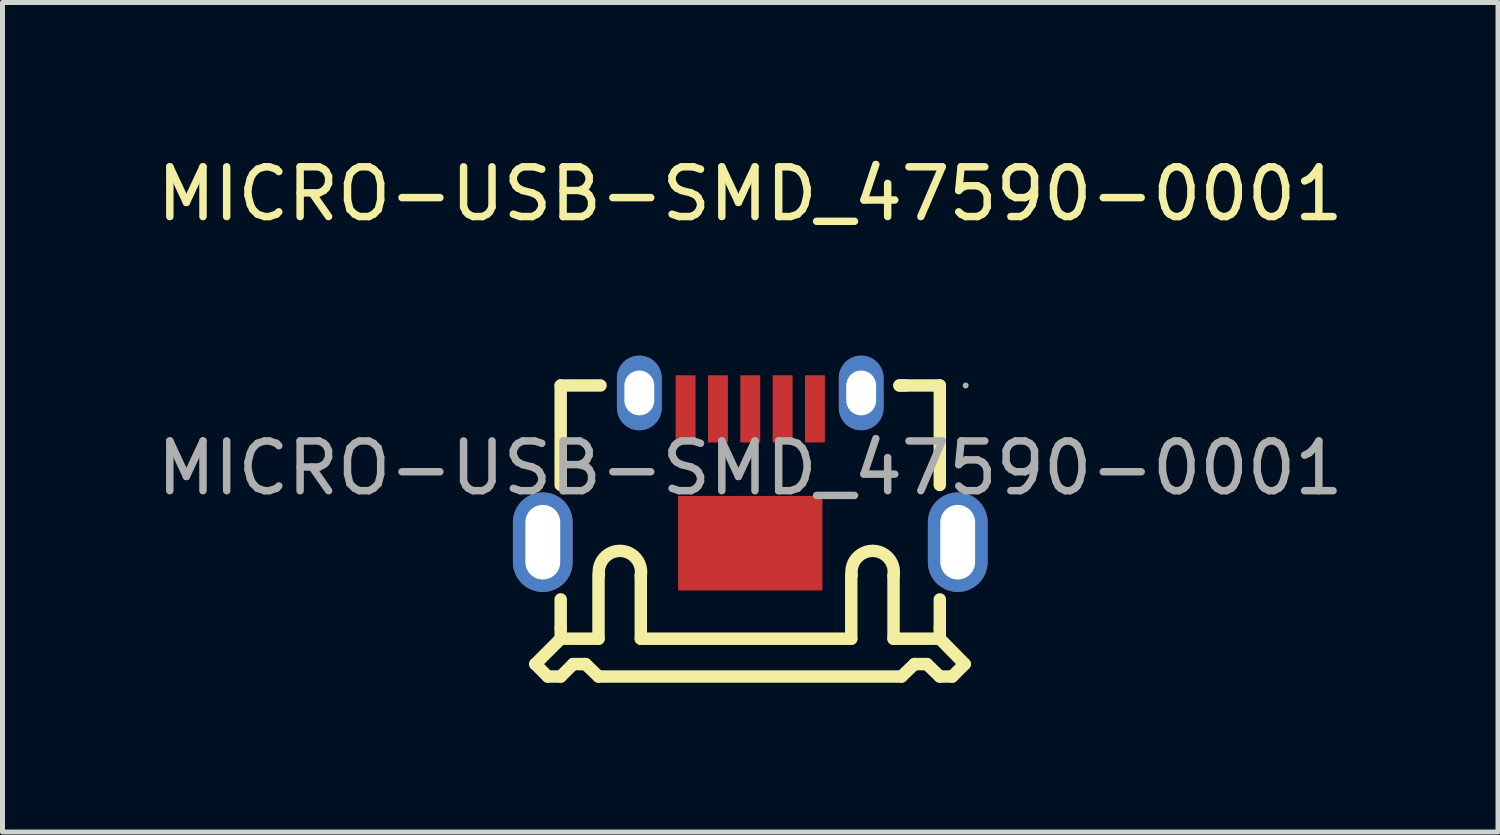
<source format=kicad_pcb>
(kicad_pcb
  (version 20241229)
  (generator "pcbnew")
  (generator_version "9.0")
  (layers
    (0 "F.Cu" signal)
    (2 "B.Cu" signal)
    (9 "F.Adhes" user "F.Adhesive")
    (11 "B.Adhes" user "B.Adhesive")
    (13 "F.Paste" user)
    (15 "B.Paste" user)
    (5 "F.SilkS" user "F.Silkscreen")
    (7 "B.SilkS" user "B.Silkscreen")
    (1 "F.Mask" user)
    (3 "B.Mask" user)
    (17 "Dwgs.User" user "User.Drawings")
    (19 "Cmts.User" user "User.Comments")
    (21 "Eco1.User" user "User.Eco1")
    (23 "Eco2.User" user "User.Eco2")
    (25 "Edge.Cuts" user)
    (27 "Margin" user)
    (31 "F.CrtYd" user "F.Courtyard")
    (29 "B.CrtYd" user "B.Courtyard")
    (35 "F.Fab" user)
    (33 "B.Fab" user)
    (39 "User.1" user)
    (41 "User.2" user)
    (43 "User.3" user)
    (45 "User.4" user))
  (footprint "MICRO-USB-SMD_47590-0001"
    (layer "F.Cu")
    (at 12.03 6.358)
    (property "Reference" "MICRO-USB-SMD_47590-0001" (at 0 -5.51 0) (layer "F.SilkS") (effects (font (size 1 1) (thickness 0.15))))
    (attr smd)
    (fp_line (start -4.32 3.94) (end -4.07 4.19) (stroke (width 0.25) (type solid)) (layer "F.SilkS"))
    (fp_line (start -4.07 4.19) (end -3.81 4.19) (stroke (width 0.25) (type solid)) (layer "F.SilkS"))
    (fp_line (start -3.81 -1.66) (end -3.01 -1.66) (stroke (width 0.25) (type solid)) (layer "F.SilkS"))
    (fp_line (start -3.81 0.34) (end -3.81 -1.66) (stroke (width 0.25) (type solid)) (layer "F.SilkS"))
    (fp_line (start -3.81 3.21) (end -3.81 2.64) (stroke (width 0.25) (type solid)) (layer "F.SilkS"))
    (fp_line (start -3.81 3.43) (end -4.32 3.94) (stroke (width 0.25) (type solid)) (layer "F.SilkS"))
    (fp_line (start -3.81 3.43) (end -3.81 3.21) (stroke (width 0.25) (type solid)) (layer "F.SilkS"))
    (fp_line (start -3.81 3.43) (end -3.05 3.43) (stroke (width 0.25) (type solid)) (layer "F.SilkS"))
    (fp_line (start -3.81 4.19) (end -3.56 3.94) (stroke (width 0.25) (type solid)) (layer "F.SilkS"))
    (fp_line (start -3.56 3.94) (end -3.31 3.94) (stroke (width 0.25) (type solid)) (layer "F.SilkS"))
    (fp_line (start -3.31 3.94) (end -3.05 4.19) (stroke (width 0.25) (type solid)) (layer "F.SilkS"))
    (fp_line (start -3.05 2.16) (end -3.05 3.43) (stroke (width 0.25) (type solid)) (layer "F.SilkS"))
    (fp_line (start -3.05 4.19) (end 3.04 4.19) (stroke (width 0.25) (type solid)) (layer "F.SilkS"))
    (fp_line (start -2.2 2.16) (end -2.2 3.43) (stroke (width 0.25) (type solid)) (layer "F.SilkS"))
    (fp_line (start -2.2 3.43) (end 2.03 3.43) (stroke (width 0.25) (type solid)) (layer "F.SilkS"))
    (fp_line (start 2.03 2.16) (end 2.03 3.43) (stroke (width 0.25) (type solid)) (layer "F.SilkS"))
    (fp_line (start 2.88 2.16) (end 2.88 3.43) (stroke (width 0.25) (type solid)) (layer "F.SilkS"))
    (fp_line (start 2.88 3.43) (end 3.81 3.43) (stroke (width 0.25) (type solid)) (layer "F.SilkS"))
    (fp_line (start 3 -1.66) (end 3.12 -1.66) (stroke (width 0.25) (type solid)) (layer "F.SilkS"))
    (fp_line (start 3.3 3.94) (end 3.04 4.19) (stroke (width 0.25) (type solid)) (layer "F.SilkS"))
    (fp_line (start 3.55 3.94) (end 3.3 3.94) (stroke (width 0.25) (type solid)) (layer "F.SilkS"))
    (fp_line (start 3.81 -1.66) (end 3 -1.66) (stroke (width 0.25) (type solid)) (layer "F.SilkS"))
    (fp_line (start 3.81 0.34) (end 3.81 -1.66) (stroke (width 0.25) (type solid)) (layer "F.SilkS"))
    (fp_line (start 3.81 3.21) (end 3.81 2.64) (stroke (width 0.25) (type solid)) (layer "F.SilkS"))
    (fp_line (start 3.81 3.43) (end 3.81 3.21) (stroke (width 0.25) (type solid)) (layer "F.SilkS"))
    (fp_line (start 3.81 3.43) (end 4.31 3.94) (stroke (width 0.25) (type solid)) (layer "F.SilkS"))
    (fp_line (start 3.81 4.19) (end 3.55 3.94) (stroke (width 0.25) (type solid)) (layer "F.SilkS"))
    (fp_line (start 4.06 4.19) (end 3.81 4.19) (stroke (width 0.25) (type solid)) (layer "F.SilkS"))
    (fp_line (start 4.31 3.94) (end 4.06 4.19) (stroke (width 0.25) (type solid)) (layer "F.SilkS"))
    (fp_arc (start -3.041621 2.149463) (mid -2.61467 1.66424) (end -2.2 2.16) (stroke (width 0.25) (type solid)) (layer "F.SilkS"))
    (fp_arc (start 2.038379 2.149463) (mid 2.46533 1.66424) (end 2.88 2.16) (stroke (width 0.25) (type solid)) (layer "F.SilkS"))
    (fp_circle (center 4.33 -1.66) (end 4.36 -1.66) (stroke (width 0.06) (type solid)) (fill no) (layer "F.Fab"))
    (fp_text user "${REFERENCE}" (at 0 0 0) (layer "F.Fab") (effects (font (size 1 1) (thickness 0.15))))
    (pad "1" smd rect (at 1.3 -1.19) (size 0.4 1.35) (layers "F.Cu" "F.Mask" "F.Paste"))
    (pad "2" smd rect (at 0.65 -1.19) (size 0.4 1.35) (layers "F.Cu" "F.Mask" "F.Paste"))
    (pad "3" smd rect (at 0 -1.19) (size 0.4 1.35) (layers "F.Cu" "F.Mask" "F.Paste"))
    (pad "4" smd rect (at -0.65 -1.19) (size 0.4 1.35) (layers "F.Cu" "F.Mask" "F.Paste"))
    (pad "5" smd rect (at -1.3 -1.19) (size 0.4 1.35) (layers "F.Cu" "F.Mask" "F.Paste"))
    (pad "6" thru_hole oval (at -2.23 -1.51) (size 0.9 1.5) (drill oval 0.6 0.9) (layers "*.Cu" "*.Mask"))
    (pad "7" thru_hole oval (at 2.23 -1.51) (size 0.9 1.5) (drill oval 0.6 0.9) (layers "*.Cu" "*.Mask"))
    (pad "8" thru_hole oval (at 4.17 1.49) (size 1.2 2) (drill oval 0.7 1.5) (layers "*.Cu" "*.Mask"))
    (pad "9" thru_hole oval (at -4.17 1.49) (size 1.2 2) (drill oval 0.7 1.5) (layers "*.Cu" "*.Mask"))
    (pad "10" smd rect (at 0 1.51) (size 2.9 1.9) (layers "F.Cu" "F.Mask" "F.Paste")))
  (gr_rect
    (start -3 -3)
    (end 27.06 13.673)
    (stroke (width 0.1) (type default))
    (fill no)
    (layer "Edge.Cuts")))
</source>
